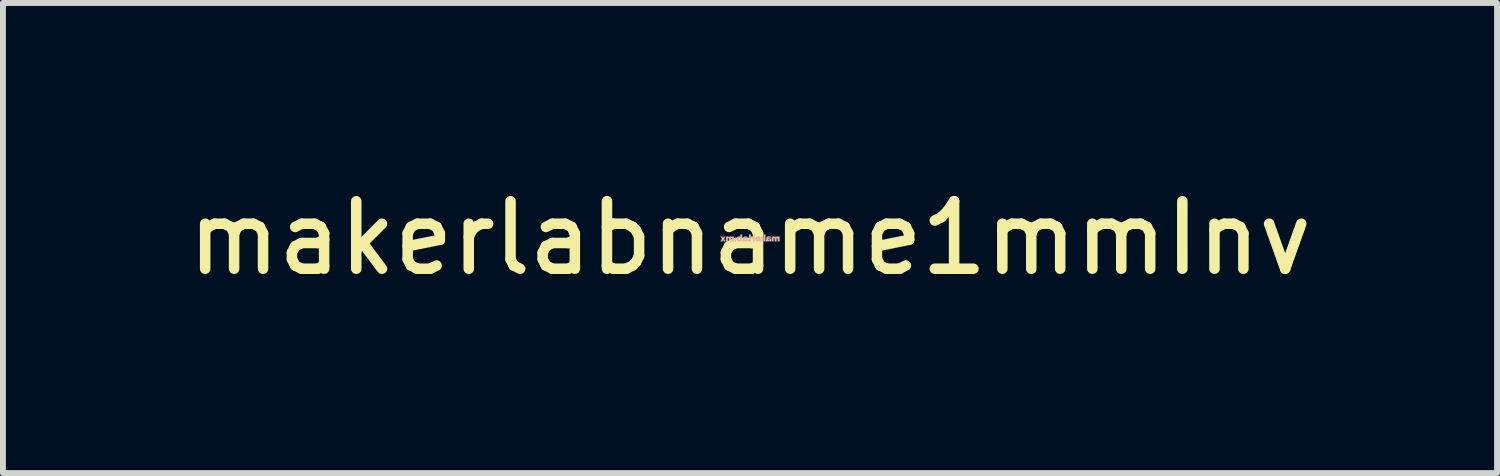
<source format=kicad_pcb>
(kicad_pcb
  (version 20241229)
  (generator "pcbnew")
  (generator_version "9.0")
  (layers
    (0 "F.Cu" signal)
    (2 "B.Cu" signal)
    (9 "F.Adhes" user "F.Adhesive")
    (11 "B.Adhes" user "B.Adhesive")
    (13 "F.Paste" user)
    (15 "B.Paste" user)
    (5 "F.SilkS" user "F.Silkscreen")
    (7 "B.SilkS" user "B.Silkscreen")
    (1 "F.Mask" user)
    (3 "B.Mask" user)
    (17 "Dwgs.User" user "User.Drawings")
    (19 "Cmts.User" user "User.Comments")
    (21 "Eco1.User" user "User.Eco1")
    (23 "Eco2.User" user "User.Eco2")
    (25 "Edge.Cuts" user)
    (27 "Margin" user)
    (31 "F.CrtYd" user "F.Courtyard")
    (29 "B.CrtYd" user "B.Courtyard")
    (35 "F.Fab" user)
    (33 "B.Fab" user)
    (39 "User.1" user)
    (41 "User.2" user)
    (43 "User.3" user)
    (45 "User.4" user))
  (footprint "makerlabname1mmInv"
    (layer "F.Cu")
    (at 9.65 0.981)
    (property "Reference" "makerlabname1mmInv" (at 0 0 0) (layer "F.SilkS") (effects (font (size 1.143 1.143) (thickness 0.178))))
    (attr through_hole)
    (fp_poly (pts (xy -0.259 0.056) (xy -0.249 0.056) (xy -0.236 0.056) (xy -0.236 0.041) (xy -0.236 0.028) (xy -0.249 0.028) (xy -0.259 0.028) (xy -0.259 0.041) (xy -0.259 0.056)) (stroke (width 0.003) (type solid)) (fill yes) (layer "B.SilkS"))
    (fp_poly (pts (xy 0.023 0) (xy 0.028 0) (xy 0.033 0) (xy 0.038 0.003) (xy 0.043 0.003) (xy 0.046 0.005) (xy 0.048 0.005) (xy 0.051 0.008) (xy 0.051 0.03) (xy 0.051 0.056) (xy 0.064 0.056) (xy 0.079 0.056) (xy 0.079 0.015) (xy 0.079 -0.025) (xy 0.066 -0.025) (xy 0.053 -0.025) (xy 0.053 -0.018) (xy 0.053 -0.01) (xy 0.051 -0.015) (xy 0.046 -0.018) (xy 0.043 -0.023) (xy 0.038 -0.025) (xy 0.033 -0.025) (xy 0.03 -0.028) (xy 0.028 -0.028) (xy 0.025 -0.028) (xy 0.023 -0.028) (xy 0.023 -0.013) (xy 0.023 0)) (stroke (width 0.003) (type solid)) (fill yes) (layer "B.SilkS"))
    (fp_poly (pts (xy 0.175 0.056) (xy 0.191 0.056) (xy 0.206 0.056) (xy 0.216 0.041) (xy 0.218 0.038) (xy 0.218 0.036) (xy 0.221 0.033) (xy 0.224 0.03) (xy 0.224 0.028) (xy 0.226 0.028) (xy 0.229 0.03) (xy 0.231 0.033) (xy 0.231 0.043) (xy 0.231 0.056) (xy 0.246 0.056) (xy 0.259 0.056) (xy 0.259 0) (xy 0.262 -0.058) (xy 0.246 -0.058) (xy 0.231 -0.058) (xy 0.231 -0.025) (xy 0.231 0.005) (xy 0.221 -0.01) (xy 0.208 -0.025) (xy 0.193 -0.025) (xy 0.191 -0.025) (xy 0.185 -0.025) (xy 0.183 -0.025) (xy 0.18 -0.025) (xy 0.178 -0.025) (xy 0.18 -0.023) (xy 0.183 -0.02) (xy 0.185 -0.018) (xy 0.188 -0.013) (xy 0.191 -0.01) (xy 0.193 -0.008) (xy 0.196 -0.005) (xy 0.198 0) (xy 0.201 0.003) (xy 0.203 0.005) (xy 0.203 0.008) (xy 0.206 0.008) (xy 0.206 0.01) (xy 0.206 0.013) (xy 0.203 0.013) (xy 0.201 0.015) (xy 0.201 0.02) (xy 0.198 0.023) (xy 0.196 0.028) (xy 0.193 0.03) (xy 0.191 0.033) (xy 0.175 0.056)) (stroke (width 0.003) (type solid)) (fill yes) (layer "B.SilkS"))
    (fp_poly (pts (xy -0.033 0.051) (xy -0.033 0.053) (xy -0.03 0.053) (xy -0.028 0.053) (xy -0.023 0.056) (xy -0.018 0.056) (xy -0.013 0.058) (xy -0.008 0.058) (xy -0.005 0.058) (xy -0.003 0.056) (xy 0 0.056) (xy 0.003 0.056) (xy 0.005 0.053) (xy 0.008 0.053) (xy 0.01 0.051) (xy 0.013 0.048) (xy 0.013 0.043) (xy 0.015 0.043) (xy 0.015 0.041) (xy 0.015 0.038) (xy 0.015 0.036) (xy 0.015 0.033) (xy 0.015 0.03) (xy 0.015 0.028) (xy 0.015 0.023) (xy 0.015 0.018) (xy 0.015 0.013) (xy 0.015 0.005) (xy 0.015 -0.003) (xy 0.015 -0.008) (xy 0.015 -0.058) (xy 0 -0.058) (xy -0.015 -0.058) (xy -0.015 -0.018) (xy -0.015 -0.008) (xy -0.015 0) (xy -0.015 0.008) (xy -0.015 0.013) (xy -0.015 0.018) (xy -0.015 0.02) (xy -0.015 0.023) (xy -0.015 0.025) (xy -0.015 0.028) (xy -0.018 0.03) (xy -0.02 0.03) (xy -0.023 0.03) (xy -0.025 0.03) (xy -0.028 0.03) (xy -0.03 0.03) (xy -0.03 0.033) (xy -0.03 0.036) (xy -0.033 0.041) (xy -0.033 0.043) (xy -0.033 0.048) (xy -0.033 0.051)) (stroke (width 0.003) (type solid)) (fill yes) (layer "B.SilkS"))
    (fp_poly (pts (xy -0.226 0.015) (xy -0.226 0.02) (xy -0.224 0.025) (xy -0.224 0.033) (xy -0.221 0.038) (xy -0.218 0.041) (xy -0.213 0.046) (xy -0.211 0.051) (xy -0.206 0.053) (xy -0.203 0.053) (xy -0.201 0.056) (xy -0.198 0.056) (xy -0.196 0.056) (xy -0.196 0.015) (xy -0.196 0.013) (xy -0.193 0.01) (xy -0.193 0.008) (xy -0.191 0.005) (xy -0.191 0.003) (xy -0.188 0) (xy -0.185 0) (xy -0.183 -0.003) (xy -0.18 -0.003) (xy -0.175 -0.003) (xy -0.173 0) (xy -0.17 0.003) (xy -0.168 0.005) (xy -0.165 0.01) (xy -0.165 0.018) (xy -0.165 0.025) (xy -0.168 0.028) (xy -0.17 0.03) (xy -0.173 0.03) (xy -0.178 0.033) (xy -0.18 0.033) (xy -0.183 0.033) (xy -0.185 0.033) (xy -0.188 0.03) (xy -0.191 0.028) (xy -0.193 0.025) (xy -0.193 0.023) (xy -0.196 0.02) (xy -0.196 0.018) (xy -0.196 0.015) (xy -0.196 0.056) (xy -0.193 0.058) (xy -0.188 0.058) (xy -0.183 0.058) (xy -0.18 0.056) (xy -0.178 0.056) (xy -0.173 0.053) (xy -0.168 0.051) (xy -0.165 0.048) (xy -0.163 0.046) (xy -0.16 0.043) (xy -0.16 0.051) (xy -0.16 0.056) (xy -0.147 0.056) (xy -0.135 0.056) (xy -0.135 0) (xy -0.135 -0.058) (xy -0.15 -0.058) (xy -0.165 -0.058) (xy -0.165 -0.036) (xy -0.165 -0.013) (xy -0.168 -0.018) (xy -0.17 -0.02) (xy -0.173 -0.023) (xy -0.178 -0.025) (xy -0.183 -0.025) (xy -0.185 -0.028) (xy -0.188 -0.028) (xy -0.193 -0.028) (xy -0.196 -0.028) (xy -0.198 -0.025) (xy -0.203 -0.025) (xy -0.208 -0.02) (xy -0.213 -0.018) (xy -0.216 -0.013) (xy -0.218 -0.008) (xy -0.221 -0.003) (xy -0.224 0.003) (xy -0.226 0.01) (xy -0.226 0.015)) (stroke (width 0.003) (type solid)) (fill yes) (layer "B.SilkS"))
    (fp_poly (pts (xy 0.368 0.056) (xy 0.384 0.056) (xy 0.399 0.056) (xy 0.399 0.03) (xy 0.399 0.025) (xy 0.399 0.018) (xy 0.399 0.015) (xy 0.399 0.01) (xy 0.399 0.008) (xy 0.399 0.005) (xy 0.399 0.003) (xy 0.401 0) (xy 0.404 0) (xy 0.406 -0.003) (xy 0.409 0) (xy 0.414 0.003) (xy 0.417 0.005) (xy 0.417 0.008) (xy 0.419 0.01) (xy 0.419 0.033) (xy 0.419 0.056) (xy 0.434 0.056) (xy 0.45 0.056) (xy 0.45 0.03) (xy 0.45 0.005) (xy 0.45 0.003) (xy 0.452 0) (xy 0.455 0) (xy 0.457 -0.003) (xy 0.46 0) (xy 0.462 0) (xy 0.465 0.003) (xy 0.467 0.005) (xy 0.47 0.008) (xy 0.47 0.01) (xy 0.47 0.013) (xy 0.47 0.015) (xy 0.47 0.02) (xy 0.47 0.025) (xy 0.47 0.03) (xy 0.47 0.033) (xy 0.47 0.056) (xy 0.485 0.056) (xy 0.5 0.056) (xy 0.5 0.015) (xy 0.5 -0.025) (xy 0.488 -0.025) (xy 0.472 -0.025) (xy 0.472 -0.02) (xy 0.472 -0.015) (xy 0.47 -0.018) (xy 0.465 -0.02) (xy 0.46 -0.023) (xy 0.455 -0.025) (xy 0.45 -0.025) (xy 0.445 -0.028) (xy 0.439 -0.028) (xy 0.437 -0.025) (xy 0.432 -0.025) (xy 0.429 -0.023) (xy 0.427 -0.023) (xy 0.424 -0.02) (xy 0.424 -0.018) (xy 0.422 -0.015) (xy 0.422 -0.013) (xy 0.419 -0.015) (xy 0.417 -0.018) (xy 0.414 -0.02) (xy 0.411 -0.023) (xy 0.406 -0.025) (xy 0.399 -0.025) (xy 0.394 -0.028) (xy 0.389 -0.028) (xy 0.384 -0.025) (xy 0.378 -0.023) (xy 0.376 -0.02) (xy 0.373 -0.018) (xy 0.371 -0.015) (xy 0.371 -0.013) (xy 0.371 -0.01) (xy 0.368 -0.008) (xy 0.368 -0.005) (xy 0.368 0) (xy 0.368 0.003) (xy 0.368 0.005) (xy 0.368 0.01) (xy 0.368 0.015) (xy 0.368 0.023) (xy 0.368 0.025) (xy 0.368 0.056)) (stroke (width 0.003) (type solid)) (fill yes) (layer "B.SilkS"))
    (fp_poly (pts (xy -0.5 0.056) (xy -0.498 0.056) (xy -0.495 0.056) (xy -0.493 0.056) (xy -0.49 0.056) (xy -0.485 0.056) (xy -0.47 0.056) (xy -0.465 0.046) (xy -0.462 0.043) (xy -0.46 0.041) (xy -0.46 0.038) (xy -0.457 0.036) (xy -0.457 0.033) (xy -0.455 0.036) (xy -0.455 0.038) (xy -0.452 0.041) (xy -0.45 0.043) (xy -0.45 0.046) (xy -0.447 0.046) (xy -0.442 0.056) (xy -0.427 0.056) (xy -0.424 0.056) (xy -0.422 0.056) (xy -0.417 0.056) (xy -0.414 0.056) (xy -0.414 0.053) (xy -0.414 0.051) (xy -0.417 0.051) (xy -0.419 0.046) (xy -0.422 0.043) (xy -0.424 0.038) (xy -0.427 0.036) (xy -0.429 0.03) (xy -0.434 0.025) (xy -0.434 0.023) (xy -0.437 0.02) (xy -0.439 0.018) (xy -0.439 0.015) (xy -0.439 0.013) (xy -0.437 0.01) (xy -0.437 0.008) (xy -0.434 0.005) (xy -0.432 0.003) (xy -0.429 -0.003) (xy -0.427 -0.005) (xy -0.424 -0.01) (xy -0.422 -0.013) (xy -0.419 -0.018) (xy -0.417 -0.02) (xy -0.417 -0.023) (xy -0.414 -0.025) (xy -0.417 -0.025) (xy -0.419 -0.025) (xy -0.424 -0.025) (xy -0.427 -0.025) (xy -0.429 -0.025) (xy -0.442 -0.025) (xy -0.445 -0.02) (xy -0.447 -0.02) (xy -0.447 -0.018) (xy -0.45 -0.015) (xy -0.452 -0.01) (xy -0.457 -0.003) (xy -0.457 -0.005) (xy -0.46 -0.008) (xy -0.46 -0.01) (xy -0.462 -0.013) (xy -0.462 -0.015) (xy -0.465 -0.015) (xy -0.47 -0.025) (xy -0.485 -0.025) (xy -0.488 -0.025) (xy -0.493 -0.025) (xy -0.495 -0.025) (xy -0.498 -0.025) (xy -0.5 -0.025) (xy -0.498 -0.025) (xy -0.498 -0.023) (xy -0.495 -0.02) (xy -0.493 -0.015) (xy -0.49 -0.013) (xy -0.488 -0.01) (xy -0.485 -0.005) (xy -0.483 0) (xy -0.48 0.003) (xy -0.478 0.008) (xy -0.475 0.01) (xy -0.475 0.013) (xy -0.472 0.015) (xy -0.475 0.018) (xy -0.475 0.02) (xy -0.478 0.023) (xy -0.48 0.025) (xy -0.483 0.028) (xy -0.485 0.033) (xy -0.485 0.036) (xy -0.49 0.041) (xy -0.493 0.043) (xy -0.493 0.046) (xy -0.495 0.051) (xy -0.498 0.053) (xy -0.5 0.056)) (stroke (width 0.003) (type solid)) (fill yes) (layer "B.SilkS"))
    (fp_poly (pts (xy -0.406 0.056) (xy -0.391 0.056) (xy -0.376 0.056) (xy -0.376 0.03) (xy -0.376 0.025) (xy -0.376 0.018) (xy -0.376 0.015) (xy -0.376 0.01) (xy -0.376 0.008) (xy -0.376 0.005) (xy -0.376 0.003) (xy -0.373 0) (xy -0.371 0) (xy -0.368 -0.003) (xy -0.366 0) (xy -0.363 0.003) (xy -0.361 0.005) (xy -0.358 0.008) (xy -0.356 0.008) (xy -0.356 0.01) (xy -0.356 0.013) (xy -0.356 0.015) (xy -0.356 0.018) (xy -0.356 0.023) (xy -0.356 0.025) (xy -0.356 0.03) (xy -0.356 0.033) (xy -0.356 0.056) (xy -0.34 0.056) (xy -0.328 0.056) (xy -0.325 0.03) (xy -0.325 0.025) (xy -0.325 0.02) (xy -0.325 0.015) (xy -0.325 0.013) (xy -0.325 0.01) (xy -0.325 0.008) (xy -0.325 0.005) (xy -0.325 0.003) (xy -0.323 0) (xy -0.32 0) (xy -0.315 0) (xy -0.312 0) (xy -0.31 0.003) (xy -0.307 0.005) (xy -0.307 0.008) (xy -0.305 0.008) (xy -0.305 0.01) (xy -0.305 0.013) (xy -0.305 0.015) (xy -0.305 0.02) (xy -0.305 0.023) (xy -0.305 0.028) (xy -0.305 0.033) (xy -0.305 0.056) (xy -0.29 0.056) (xy -0.274 0.056) (xy -0.274 0.015) (xy -0.274 -0.025) (xy -0.29 -0.025) (xy -0.302 -0.025) (xy -0.302 -0.02) (xy -0.302 -0.015) (xy -0.305 -0.018) (xy -0.31 -0.02) (xy -0.315 -0.023) (xy -0.32 -0.025) (xy -0.325 -0.028) (xy -0.33 -0.028) (xy -0.335 -0.028) (xy -0.34 -0.025) (xy -0.343 -0.025) (xy -0.345 -0.023) (xy -0.348 -0.02) (xy -0.351 -0.018) (xy -0.353 -0.018) (xy -0.353 -0.015) (xy -0.353 -0.013) (xy -0.356 -0.015) (xy -0.358 -0.018) (xy -0.361 -0.02) (xy -0.363 -0.023) (xy -0.368 -0.025) (xy -0.371 -0.025) (xy -0.373 -0.025) (xy -0.378 -0.028) (xy -0.384 -0.028) (xy -0.386 -0.028) (xy -0.391 -0.025) (xy -0.396 -0.023) (xy -0.399 -0.02) (xy -0.401 -0.018) (xy -0.404 -0.015) (xy -0.404 -0.013) (xy -0.404 -0.01) (xy -0.406 -0.01) (xy -0.406 -0.008) (xy -0.406 -0.005) (xy -0.406 0) (xy -0.406 0.003) (xy -0.406 0.005) (xy -0.406 0.01) (xy -0.406 0.015) (xy -0.406 0.023) (xy -0.406 0.025) (xy -0.406 0.056)) (stroke (width 0.003) (type solid)) (fill yes) (layer "B.SilkS"))
    (fp_poly (pts (xy 0.089 0.015) (xy 0.089 0.018) (xy 0.089 0.02) (xy 0.089 0.023) (xy 0.091 0.023) (xy 0.094 0.025) (xy 0.099 0.025) (xy 0.102 0.025) (xy 0.107 0.025) (xy 0.112 0.025) (xy 0.119 0.025) (xy 0.122 0.025) (xy 0.122 0.008) (xy 0.122 0.005) (xy 0.122 0.003) (xy 0.124 0) (xy 0.124 -0.003) (xy 0.127 -0.005) (xy 0.13 -0.005) (xy 0.132 -0.005) (xy 0.135 -0.005) (xy 0.137 -0.005) (xy 0.14 -0.005) (xy 0.142 -0.003) (xy 0.145 0) (xy 0.147 0.003) (xy 0.147 0.005) (xy 0.147 0.008) (xy 0.135 0.008) (xy 0.122 0.008) (xy 0.122 0.025) (xy 0.124 0.025) (xy 0.13 0.025) (xy 0.135 0.025) (xy 0.137 0.025) (xy 0.14 0.025) (xy 0.142 0.025) (xy 0.145 0.025) (xy 0.147 0.025) (xy 0.147 0.028) (xy 0.145 0.03) (xy 0.142 0.033) (xy 0.14 0.036) (xy 0.137 0.036) (xy 0.135 0.036) (xy 0.132 0.036) (xy 0.13 0.036) (xy 0.127 0.036) (xy 0.124 0.033) (xy 0.122 0.033) (xy 0.119 0.03) (xy 0.119 0.028) (xy 0.117 0.028) (xy 0.114 0.03) (xy 0.112 0.03) (xy 0.109 0.03) (xy 0.107 0.03) (xy 0.094 0.036) (xy 0.097 0.041) (xy 0.099 0.046) (xy 0.104 0.048) (xy 0.109 0.051) (xy 0.114 0.053) (xy 0.119 0.056) (xy 0.122 0.056) (xy 0.127 0.056) (xy 0.13 0.058) (xy 0.135 0.058) (xy 0.14 0.058) (xy 0.142 0.056) (xy 0.145 0.056) (xy 0.15 0.056) (xy 0.157 0.053) (xy 0.163 0.048) (xy 0.168 0.046) (xy 0.17 0.041) (xy 0.173 0.036) (xy 0.175 0.03) (xy 0.178 0.023) (xy 0.178 0.018) (xy 0.178 0.013) (xy 0.178 0.005) (xy 0.175 0) (xy 0.173 -0.005) (xy 0.17 -0.01) (xy 0.165 -0.015) (xy 0.16 -0.02) (xy 0.155 -0.023) (xy 0.15 -0.025) (xy 0.142 -0.025) (xy 0.14 -0.028) (xy 0.132 -0.028) (xy 0.124 -0.025) (xy 0.117 -0.025) (xy 0.112 -0.023) (xy 0.107 -0.02) (xy 0.102 -0.015) (xy 0.097 -0.01) (xy 0.094 -0.005) (xy 0.091 0) (xy 0.091 0.005) (xy 0.089 0.005) (xy 0.089 0.008) (xy 0.089 0.01) (xy 0.089 0.013) (xy 0.089 0.015)) (stroke (width 0.003) (type solid)) (fill yes) (layer "B.SilkS"))
    (fp_poly (pts (xy 0.269 0.043) (xy 0.269 0.048) (xy 0.269 0.051) (xy 0.269 0.053) (xy 0.269 0.056) (xy 0.272 0.056) (xy 0.274 0.056) (xy 0.277 0.056) (xy 0.282 0.058) (xy 0.284 0.058) (xy 0.29 0.056) (xy 0.292 0.056) (xy 0.297 0.053) (xy 0.3 0.053) (xy 0.3 0.048) (xy 0.302 0.046) (xy 0.302 0.043) (xy 0.305 0.046) (xy 0.307 0.048) (xy 0.307 0.025) (xy 0.307 0.02) (xy 0.31 0.02) (xy 0.312 0.02) (xy 0.318 0.02) (xy 0.32 0.02) (xy 0.323 0.02) (xy 0.325 0.02) (xy 0.328 0.023) (xy 0.33 0.025) (xy 0.33 0.028) (xy 0.33 0.03) (xy 0.33 0.033) (xy 0.328 0.036) (xy 0.325 0.036) (xy 0.323 0.036) (xy 0.318 0.036) (xy 0.315 0.036) (xy 0.312 0.036) (xy 0.31 0.033) (xy 0.307 0.03) (xy 0.307 0.028) (xy 0.307 0.025) (xy 0.307 0.048) (xy 0.31 0.051) (xy 0.315 0.053) (xy 0.32 0.056) (xy 0.323 0.056) (xy 0.325 0.056) (xy 0.33 0.058) (xy 0.333 0.056) (xy 0.338 0.056) (xy 0.343 0.053) (xy 0.348 0.051) (xy 0.351 0.048) (xy 0.356 0.046) (xy 0.356 0.041) (xy 0.358 0.036) (xy 0.358 0.03) (xy 0.358 0.025) (xy 0.356 0.02) (xy 0.353 0.015) (xy 0.351 0.013) (xy 0.345 0.01) (xy 0.34 0.008) (xy 0.335 0.005) (xy 0.333 0.005) (xy 0.33 0.005) (xy 0.325 0.003) (xy 0.323 0.003) (xy 0.318 0.003) (xy 0.315 0.005) (xy 0.312 0.005) (xy 0.31 0.005) (xy 0.307 0.005) (xy 0.307 0.003) (xy 0.307 0) (xy 0.31 -0.003) (xy 0.31 -0.005) (xy 0.312 -0.005) (xy 0.318 -0.008) (xy 0.32 -0.008) (xy 0.328 -0.008) (xy 0.333 -0.005) (xy 0.338 -0.003) (xy 0.343 0) (xy 0.345 0) (xy 0.348 0) (xy 0.348 -0.003) (xy 0.348 -0.005) (xy 0.351 -0.008) (xy 0.351 -0.01) (xy 0.353 -0.013) (xy 0.353 -0.015) (xy 0.353 -0.018) (xy 0.351 -0.02) (xy 0.348 -0.02) (xy 0.345 -0.02) (xy 0.343 -0.023) (xy 0.34 -0.023) (xy 0.335 -0.025) (xy 0.328 -0.025) (xy 0.32 -0.028) (xy 0.312 -0.028) (xy 0.307 -0.025) (xy 0.3 -0.025) (xy 0.295 -0.023) (xy 0.292 -0.023) (xy 0.29 -0.018) (xy 0.284 -0.015) (xy 0.282 -0.01) (xy 0.279 -0.005) (xy 0.279 -0.003) (xy 0.277 0) (xy 0.277 0.003) (xy 0.277 0.005) (xy 0.277 0.01) (xy 0.277 0.013) (xy 0.277 0.018) (xy 0.277 0.023) (xy 0.277 0.025) (xy 0.277 0.028) (xy 0.274 0.03) (xy 0.272 0.03) (xy 0.269 0.03) (xy 0.269 0.033) (xy 0.269 0.036) (xy 0.269 0.038) (xy 0.269 0.043)) (stroke (width 0.003) (type solid)) (fill yes) (layer "B.SilkS"))
    (fp_poly (pts (xy -0.124 0.043) (xy -0.124 0.048) (xy -0.124 0.051) (xy -0.124 0.053) (xy -0.124 0.056) (xy -0.122 0.056) (xy -0.117 0.056) (xy -0.114 0.058) (xy -0.112 0.058) (xy -0.107 0.056) (xy -0.102 0.056) (xy -0.099 0.056) (xy -0.097 0.053) (xy -0.097 0.048) (xy -0.094 0.046) (xy -0.094 0.043) (xy -0.089 0.048) (xy -0.089 0.025) (xy -0.089 0.02) (xy -0.086 0.02) (xy -0.081 0.02) (xy -0.079 0.02) (xy -0.074 0.02) (xy -0.071 0.02) (xy -0.069 0.023) (xy -0.066 0.023) (xy -0.066 0.025) (xy -0.066 0.028) (xy -0.066 0.03) (xy -0.066 0.033) (xy -0.069 0.036) (xy -0.071 0.036) (xy -0.074 0.036) (xy -0.076 0.036) (xy -0.081 0.036) (xy -0.084 0.036) (xy -0.086 0.033) (xy -0.086 0.03) (xy -0.089 0.03) (xy -0.089 0.028) (xy -0.089 0.025) (xy -0.089 0.048) (xy -0.086 0.051) (xy -0.081 0.053) (xy -0.076 0.056) (xy -0.074 0.056) (xy -0.071 0.056) (xy -0.066 0.058) (xy -0.064 0.058) (xy -0.061 0.056) (xy -0.058 0.056) (xy -0.053 0.056) (xy -0.048 0.053) (xy -0.046 0.048) (xy -0.041 0.046) (xy -0.038 0.041) (xy -0.038 0.036) (xy -0.038 0.03) (xy -0.038 0.025) (xy -0.041 0.02) (xy -0.043 0.018) (xy -0.046 0.013) (xy -0.048 0.01) (xy -0.053 0.008) (xy -0.058 0.005) (xy -0.061 0.005) (xy -0.064 0.005) (xy -0.066 0.005) (xy -0.069 0.005) (xy -0.071 0.005) (xy -0.074 0.005) (xy -0.076 0.005) (xy -0.079 0.005) (xy -0.081 0.005) (xy -0.084 0.005) (xy -0.086 0.005) (xy -0.089 0.005) (xy -0.089 0.003) (xy -0.089 0) (xy -0.086 -0.003) (xy -0.084 -0.005) (xy -0.081 -0.005) (xy -0.079 -0.008) (xy -0.076 -0.008) (xy -0.071 -0.008) (xy -0.066 -0.005) (xy -0.058 -0.005) (xy -0.053 0) (xy -0.051 0) (xy -0.048 0) (xy -0.048 -0.003) (xy -0.046 -0.005) (xy -0.046 -0.008) (xy -0.043 -0.01) (xy -0.043 -0.013) (xy -0.043 -0.015) (xy -0.041 -0.015) (xy -0.041 -0.018) (xy -0.043 -0.018) (xy -0.046 -0.02) (xy -0.048 -0.02) (xy -0.051 -0.02) (xy -0.053 -0.023) (xy -0.056 -0.023) (xy -0.061 -0.025) (xy -0.069 -0.025) (xy -0.079 -0.028) (xy -0.084 -0.028) (xy -0.089 -0.025) (xy -0.091 -0.025) (xy -0.097 -0.025) (xy -0.099 -0.023) (xy -0.102 -0.023) (xy -0.107 -0.02) (xy -0.109 -0.015) (xy -0.114 -0.013) (xy -0.117 -0.008) (xy -0.117 -0.003) (xy -0.117 0) (xy -0.117 0.003) (xy -0.119 0.005) (xy -0.119 0.008) (xy -0.119 0.013) (xy -0.119 0.018) (xy -0.119 0.023) (xy -0.119 0.025) (xy -0.119 0.028) (xy -0.119 0.03) (xy -0.122 0.03) (xy -0.124 0.03) (xy -0.124 0.033) (xy -0.124 0.036) (xy -0.124 0.038) (xy -0.124 0.043)) (stroke (width 0.003) (type solid)) (fill yes) (layer "B.SilkS")))
  (gr_rect
    (start -3 -3)
    (end 22.3 4.961)
    (stroke (width 0.1) (type default))
    (fill no)
    (layer "Edge.Cuts")))
</source>
